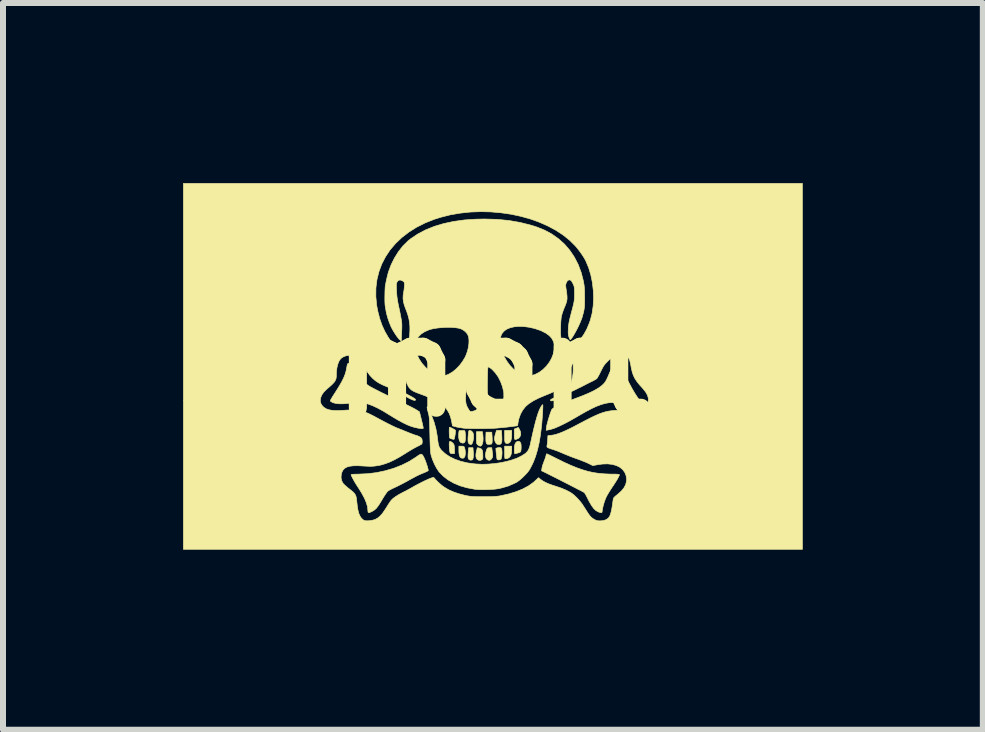
<source format=kicad_pcb>
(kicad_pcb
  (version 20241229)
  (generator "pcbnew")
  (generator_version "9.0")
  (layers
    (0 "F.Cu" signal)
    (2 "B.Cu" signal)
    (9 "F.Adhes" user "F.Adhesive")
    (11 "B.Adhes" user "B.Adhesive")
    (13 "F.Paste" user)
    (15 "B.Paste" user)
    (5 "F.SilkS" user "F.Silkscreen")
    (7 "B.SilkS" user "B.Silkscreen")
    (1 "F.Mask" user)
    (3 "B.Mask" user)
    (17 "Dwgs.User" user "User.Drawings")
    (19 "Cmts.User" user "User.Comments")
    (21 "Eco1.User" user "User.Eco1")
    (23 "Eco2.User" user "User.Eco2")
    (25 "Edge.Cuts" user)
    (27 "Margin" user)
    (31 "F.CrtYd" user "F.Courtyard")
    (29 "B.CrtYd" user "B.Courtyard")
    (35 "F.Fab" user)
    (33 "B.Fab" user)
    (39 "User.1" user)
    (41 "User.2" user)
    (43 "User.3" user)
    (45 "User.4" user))
  (footprint "mort"
    (layer "F.Cu")
    (at 5.161 3.053)
    (property "Reference" "mort" (at 0 0 0) (layer "F.SilkS") (effects (font (size 1.524 1.524) (thickness 0.3))))
    (attr through_hole)
    (fp_poly (pts (xy 0.313 1.389) (xy 0.309 1.446) (xy 0.296 1.488) (xy 0.274 1.517) (xy 0.256 1.528) (xy 0.233 1.536) (xy 0.212 1.539) (xy 0.201 1.536) (xy 0.198 1.525) (xy 0.196 1.502) (xy 0.195 1.468) (xy 0.195 1.429) (xy 0.195 1.329) (xy 0.313 1.329) (xy 0.313 1.389)) (stroke (width 0.01) (type solid)) (fill yes) (layer "F.SilkS"))
    (fp_poly (pts (xy 0.313 1.138) (xy 0.31 1.195) (xy 0.3 1.237) (xy 0.283 1.265) (xy 0.265 1.278) (xy 0.239 1.286) (xy 0.219 1.282) (xy 0.208 1.274) (xy 0.202 1.264) (xy 0.198 1.247) (xy 0.196 1.221) (xy 0.195 1.182) (xy 0.195 1.164) (xy 0.195 1.067) (xy 0.313 1.067) (xy 0.313 1.138)) (stroke (width 0.01) (type solid)) (fill yes) (layer "F.SilkS"))
    (fp_poly (pts (xy 0.445 1.053) (xy 0.461 1.094) (xy 0.464 1.133) (xy 0.453 1.168) (xy 0.431 1.195) (xy 0.41 1.207) (xy 0.387 1.216) (xy 0.371 1.219) (xy 0.362 1.213) (xy 0.357 1.197) (xy 0.356 1.167) (xy 0.356 1.132) (xy 0.356 1.044) (xy 0.39 1.031) (xy 0.423 1.017) (xy 0.445 1.053)) (stroke (width 0.01) (type solid)) (fill yes) (layer "F.SilkS"))
    (fp_poly (pts (xy -0.067 1.096) (xy -0.019 1.096) (xy -0.013 1.173) (xy -0.011 1.227) (xy -0.012 1.265) (xy -0.019 1.288) (xy -0.028 1.296) (xy -0.045 1.297) (xy -0.055 1.299) (xy -0.078 1.3) (xy -0.09 1.298) (xy -0.103 1.29) (xy -0.112 1.272) (xy -0.117 1.241) (xy -0.118 1.197) (xy -0.117 1.163) (xy -0.115 1.096) (xy -0.067 1.096)) (stroke (width 0.01) (type solid)) (fill yes) (layer "F.SilkS"))
    (fp_poly (pts (xy -0.326 1.431) (xy -0.324 1.478) (xy -0.327 1.516) (xy -0.333 1.543) (xy -0.343 1.557) (xy -0.347 1.558) (xy -0.361 1.561) (xy -0.366 1.562) (xy -0.38 1.561) (xy -0.396 1.553) (xy -0.406 1.544) (xy -0.412 1.529) (xy -0.415 1.508) (xy -0.414 1.475) (xy -0.411 1.43) (xy -0.409 1.412) (xy -0.404 1.355) (xy -0.332 1.355) (xy -0.326 1.431)) (stroke (width 0.01) (type solid)) (fill yes) (layer "F.SilkS"))
    (fp_poly (pts (xy -0.167 1.143) (xy -0.163 1.199) (xy -0.165 1.247) (xy -0.173 1.286) (xy -0.186 1.314) (xy -0.203 1.328) (xy -0.211 1.329) (xy -0.228 1.324) (xy -0.249 1.311) (xy -0.251 1.309) (xy -0.261 1.3) (xy -0.268 1.29) (xy -0.272 1.277) (xy -0.274 1.258) (xy -0.275 1.227) (xy -0.275 1.188) (xy -0.275 1.088) (xy -0.174 1.088) (xy -0.167 1.143)) (stroke (width 0.01) (type solid)) (fill yes) (layer "F.SilkS"))
    (fp_poly (pts (xy 0.148 1.159) (xy 0.15 1.212) (xy 0.148 1.251) (xy 0.142 1.277) (xy 0.131 1.293) (xy 0.115 1.3) (xy 0.106 1.302) (xy 0.082 1.3) (xy 0.065 1.294) (xy 0.049 1.277) (xy 0.035 1.25) (xy 0.027 1.219) (xy 0.025 1.203) (xy 0.028 1.183) (xy 0.034 1.152) (xy 0.043 1.123) (xy 0.06 1.067) (xy 0.142 1.067) (xy 0.148 1.159)) (stroke (width 0.01) (type solid)) (fill yes) (layer "F.SilkS"))
    (fp_poly (pts (xy -0.499 1.33) (xy -0.484 1.335) (xy -0.476 1.345) (xy -0.473 1.353) (xy -0.464 1.387) (xy -0.459 1.427) (xy -0.46 1.466) (xy -0.466 1.498) (xy -0.469 1.505) (xy -0.482 1.524) (xy -0.499 1.531) (xy -0.525 1.527) (xy -0.527 1.527) (xy -0.546 1.513) (xy -0.559 1.485) (xy -0.566 1.441) (xy -0.567 1.402) (xy -0.567 1.329) (xy -0.525 1.329) (xy -0.499 1.33)) (stroke (width 0.01) (type solid)) (fill yes) (layer "F.SilkS"))
    (fp_poly (pts (xy -0.01 1.426) (xy -0.005 1.467) (xy -0.004 1.496) (xy -0.008 1.517) (xy -0.018 1.535) (xy -0.028 1.547) (xy -0.048 1.563) (xy -0.07 1.564) (xy -0.091 1.556) (xy -0.111 1.538) (xy -0.122 1.507) (xy -0.124 1.468) (xy -0.116 1.423) (xy -0.105 1.388) (xy -0.095 1.367) (xy -0.084 1.357) (xy -0.065 1.355) (xy -0.055 1.355) (xy -0.019 1.355) (xy -0.01 1.426)) (stroke (width 0.01) (type solid)) (fill yes) (layer "F.SilkS"))
    (fp_poly (pts (xy -0.691 1.259) (xy -0.67 1.275) (xy -0.658 1.288) (xy -0.649 1.304) (xy -0.644 1.325) (xy -0.641 1.355) (xy -0.64 1.382) (xy -0.639 1.452) (xy -0.67 1.455) (xy -0.698 1.452) (xy -0.712 1.443) (xy -0.717 1.429) (xy -0.722 1.403) (xy -0.725 1.37) (xy -0.727 1.334) (xy -0.728 1.3) (xy -0.727 1.272) (xy -0.724 1.255) (xy -0.723 1.253) (xy -0.71 1.25) (xy -0.691 1.259)) (stroke (width 0.01) (type solid)) (fill yes) (layer "F.SilkS"))
    (fp_poly (pts (xy -0.474 1.07) (xy -0.467 1.077) (xy -0.463 1.091) (xy -0.463 1.093) (xy -0.459 1.122) (xy -0.457 1.159) (xy -0.458 1.197) (xy -0.46 1.231) (xy -0.465 1.255) (xy -0.465 1.257) (xy -0.48 1.273) (xy -0.502 1.279) (xy -0.528 1.272) (xy -0.542 1.263) (xy -0.556 1.243) (xy -0.566 1.211) (xy -0.571 1.171) (xy -0.57 1.127) (xy -0.569 1.111) (xy -0.563 1.071) (xy -0.515 1.069) (xy -0.488 1.068) (xy -0.474 1.07)) (stroke (width 0.01) (type solid)) (fill yes) (layer "F.SilkS"))
    (fp_poly (pts (xy 0.451 1.258) (xy 0.465 1.282) (xy 0.469 1.303) (xy 0.471 1.339) (xy 0.47 1.376) (xy 0.469 1.387) (xy 0.465 1.411) (xy 0.459 1.425) (xy 0.445 1.433) (xy 0.42 1.442) (xy 0.42 1.442) (xy 0.393 1.45) (xy 0.373 1.455) (xy 0.365 1.456) (xy 0.36 1.449) (xy 0.357 1.425) (xy 0.356 1.388) (xy 0.359 1.332) (xy 0.369 1.29) (xy 0.386 1.264) (xy 0.402 1.253) (xy 0.431 1.248) (xy 0.451 1.258)) (stroke (width 0.01) (type solid)) (fill yes) (layer "F.SilkS"))
    (fp_poly (pts (xy -0.359 1.076) (xy -0.336 1.099) (xy -0.332 1.106) (xy -0.325 1.13) (xy -0.322 1.165) (xy -0.324 1.203) (xy -0.33 1.24) (xy -0.332 1.248) (xy -0.343 1.281) (xy -0.356 1.299) (xy -0.371 1.303) (xy -0.391 1.294) (xy -0.396 1.291) (xy -0.406 1.279) (xy -0.413 1.259) (xy -0.415 1.23) (xy -0.414 1.188) (xy -0.41 1.133) (xy -0.409 1.124) (xy -0.406 1.093) (xy -0.402 1.076) (xy -0.396 1.069) (xy -0.386 1.067) (xy -0.359 1.076)) (stroke (width 0.01) (type solid)) (fill yes) (layer "F.SilkS"))
    (fp_poly (pts (xy 0.121 1.352) (xy 0.135 1.358) (xy 0.144 1.37) (xy 0.149 1.393) (xy 0.149 1.395) (xy 0.152 1.428) (xy 0.151 1.464) (xy 0.148 1.5) (xy 0.142 1.529) (xy 0.135 1.545) (xy 0.12 1.554) (xy 0.098 1.558) (xy 0.097 1.558) (xy 0.079 1.556) (xy 0.07 1.548) (xy 0.065 1.528) (xy 0.065 1.526) (xy 0.062 1.502) (xy 0.058 1.467) (xy 0.054 1.431) (xy 0.054 1.43) (xy 0.049 1.366) (xy 0.074 1.357) (xy 0.1 1.352) (xy 0.121 1.352)) (stroke (width 0.01) (type solid)) (fill yes) (layer "F.SilkS"))
    (fp_poly (pts (xy -0.229 1.361) (xy -0.219 1.363) (xy -0.198 1.372) (xy -0.184 1.385) (xy -0.175 1.404) (xy -0.17 1.433) (xy -0.168 1.476) (xy -0.168 1.478) (xy -0.167 1.512) (xy -0.169 1.534) (xy -0.174 1.546) (xy -0.182 1.555) (xy -0.208 1.565) (xy -0.237 1.564) (xy -0.261 1.55) (xy -0.262 1.55) (xy -0.277 1.527) (xy -0.284 1.496) (xy -0.282 1.455) (xy -0.276 1.423) (xy -0.269 1.392) (xy -0.263 1.369) (xy -0.259 1.357) (xy -0.258 1.356) (xy -0.249 1.356) (xy -0.229 1.361)) (stroke (width 0.01) (type solid)) (fill yes) (layer "F.SilkS"))
    (fp_poly (pts (xy -0.715 1.016) (xy -0.696 1.023) (xy -0.673 1.035) (xy -0.65 1.047) (xy -0.632 1.058) (xy -0.624 1.065) (xy -0.623 1.077) (xy -0.625 1.101) (xy -0.628 1.13) (xy -0.633 1.161) (xy -0.639 1.188) (xy -0.644 1.208) (xy -0.648 1.216) (xy -0.661 1.215) (xy -0.682 1.21) (xy -0.686 1.209) (xy -0.707 1.201) (xy -0.721 1.192) (xy -0.722 1.191) (xy -0.724 1.179) (xy -0.726 1.155) (xy -0.727 1.124) (xy -0.728 1.09) (xy -0.728 1.057) (xy -0.726 1.031) (xy -0.724 1.016) (xy -0.724 1.014) (xy -0.715 1.016)) (stroke (width 0.01) (type solid)) (fill yes) (layer "F.SilkS"))
    (fp_poly (pts (xy -1.181 1.468) (xy -1.167 1.484) (xy -1.151 1.513) (xy -1.145 1.525) (xy -1.133 1.552) (xy -1.119 1.587) (xy -1.106 1.626) (xy -1.093 1.664) (xy -1.084 1.697) (xy -1.078 1.723) (xy -1.077 1.737) (xy -1.077 1.737) (xy -1.086 1.743) (xy -1.107 1.754) (xy -1.136 1.767) (xy -1.163 1.778) (xy -1.206 1.796) (xy -1.25 1.816) (xy -1.288 1.835) (xy -1.303 1.843) (xy -1.332 1.859) (xy -1.372 1.88) (xy -1.416 1.905) (xy -1.459 1.928) (xy -1.46 1.929) (xy -1.507 1.954) (xy -1.558 1.98) (xy -1.606 2.004) (xy -1.643 2.021) (xy -1.679 2.038) (xy -1.713 2.056) (xy -1.739 2.071) (xy -1.748 2.077) (xy -1.763 2.093) (xy -1.782 2.119) (xy -1.805 2.153) (xy -1.828 2.19) (xy -1.863 2.249) (xy -1.892 2.296) (xy -1.917 2.332) (xy -1.938 2.36) (xy -1.959 2.38) (xy -1.98 2.397) (xy -2.003 2.411) (xy -2.016 2.418) (xy -2.044 2.431) (xy -2.061 2.437) (xy -2.071 2.437) (xy -2.077 2.433) (xy -2.081 2.421) (xy -2.083 2.4) (xy -2.083 2.397) (xy -2.089 2.338) (xy -2.109 2.27) (xy -2.141 2.194) (xy -2.186 2.111) (xy -2.24 2.024) (xy -2.27 1.978) (xy -2.298 1.933) (xy -2.322 1.89) (xy -2.342 1.853) (xy -2.356 1.824) (xy -2.362 1.806) (xy -2.362 1.804) (xy -2.354 1.8) (xy -2.33 1.797) (xy -2.29 1.796) (xy -2.237 1.795) (xy -2.235 1.795) (xy -2.087 1.788) (xy -1.939 1.77) (xy -1.793 1.739) (xy -1.653 1.698) (xy -1.52 1.646) (xy -1.397 1.585) (xy -1.286 1.515) (xy -1.28 1.511) (xy -1.242 1.484) (xy -1.215 1.468) (xy -1.196 1.462) (xy -1.181 1.468)) (stroke (width 0.01) (type solid)) (fill yes) (layer "F.SilkS"))
    (fp_poly (pts (xy 2.111 -0.044) (xy 2.121 -0.024) (xy 2.135 0.005) (xy 2.152 0.04) (xy 2.212 0.166) (xy 2.268 0.276) (xy 2.32 0.373) (xy 2.37 0.457) (xy 2.406 0.512) (xy 2.429 0.546) (xy 2.406 0.57) (xy 2.372 0.598) (xy 2.33 0.616) (xy 2.279 0.625) (xy 2.216 0.625) (xy 2.141 0.616) (xy 2.121 0.613) (xy 2.056 0.604) (xy 1.993 0.602) (xy 1.931 0.606) (xy 1.866 0.618) (xy 1.798 0.638) (xy 1.724 0.666) (xy 1.643 0.704) (xy 1.553 0.751) (xy 1.451 0.809) (xy 1.45 0.81) (xy 1.393 0.843) (xy 1.348 0.869) (xy 1.313 0.889) (xy 1.285 0.905) (xy 1.261 0.918) (xy 1.238 0.93) (xy 1.215 0.942) (xy 1.188 0.956) (xy 1.17 0.965) (xy 1.094 1.001) (xy 1.029 1.029) (xy 0.973 1.047) (xy 0.932 1.057) (xy 0.887 1.065) (xy 0.892 1.014) (xy 0.896 0.989) (xy 0.905 0.954) (xy 0.916 0.912) (xy 0.929 0.867) (xy 0.943 0.822) (xy 0.957 0.78) (xy 0.969 0.746) (xy 0.979 0.722) (xy 0.984 0.713) (xy 0.999 0.701) (xy 1.028 0.684) (xy 1.069 0.663) (xy 1.119 0.64) (xy 1.177 0.614) (xy 1.24 0.587) (xy 1.305 0.561) (xy 1.372 0.535) (xy 1.376 0.534) (xy 1.481 0.494) (xy 1.571 0.457) (xy 1.648 0.422) (xy 1.711 0.389) (xy 1.764 0.357) (xy 1.808 0.325) (xy 1.843 0.293) (xy 1.867 0.265) (xy 1.882 0.241) (xy 1.9 0.206) (xy 1.919 0.166) (xy 1.932 0.134) (xy 1.957 0.075) (xy 1.981 0.03) (xy 2.006 -0.002) (xy 2.035 -0.024) (xy 2.063 -0.037) (xy 2.087 -0.045) (xy 2.102 -0.05) (xy 2.106 -0.051) (xy 2.111 -0.044)) (stroke (width 0.01) (type solid)) (fill yes) (layer "F.SilkS"))
    (fp_poly (pts (xy 0.906 1.46) (xy 0.928 1.47) (xy 0.96 1.486) (xy 1.001 1.506) (xy 1.047 1.529) (xy 1.059 1.535) (xy 1.182 1.596) (xy 1.294 1.647) (xy 1.397 1.689) (xy 1.494 1.723) (xy 1.587 1.75) (xy 1.678 1.77) (xy 1.77 1.783) (xy 1.865 1.791) (xy 1.966 1.795) (xy 1.988 1.795) (xy 2.04 1.795) (xy 2.078 1.797) (xy 2.101 1.8) (xy 2.108 1.804) (xy 2.103 1.821) (xy 2.089 1.849) (xy 2.068 1.888) (xy 2.039 1.934) (xy 2.005 1.987) (xy 1.992 2.005) (xy 1.964 2.048) (xy 1.936 2.092) (xy 1.912 2.132) (xy 1.894 2.164) (xy 1.891 2.17) (xy 1.875 2.206) (xy 1.859 2.25) (xy 1.844 2.297) (xy 1.832 2.344) (xy 1.824 2.384) (xy 1.82 2.414) (xy 1.82 2.414) (xy 1.818 2.43) (xy 1.809 2.437) (xy 1.792 2.436) (xy 1.762 2.427) (xy 1.755 2.424) (xy 1.718 2.404) (xy 1.681 2.37) (xy 1.644 2.32) (xy 1.606 2.255) (xy 1.587 2.218) (xy 1.567 2.178) (xy 1.549 2.144) (xy 1.534 2.119) (xy 1.524 2.104) (xy 1.523 2.103) (xy 1.513 2.097) (xy 1.491 2.085) (xy 1.457 2.067) (xy 1.413 2.045) (xy 1.362 2.018) (xy 1.305 1.989) (xy 1.245 1.958) (xy 1.182 1.926) (xy 1.12 1.894) (xy 1.059 1.863) (xy 1.003 1.835) (xy 0.951 1.809) (xy 0.908 1.787) (xy 0.874 1.77) (xy 0.851 1.759) (xy 0.848 1.757) (xy 0.811 1.74) (xy 0.816 1.701) (xy 0.821 1.675) (xy 0.831 1.64) (xy 0.845 1.602) (xy 0.849 1.591) (xy 0.863 1.555) (xy 0.875 1.521) (xy 0.883 1.494) (xy 0.884 1.488) (xy 0.889 1.468) (xy 0.895 1.457) (xy 0.897 1.456) (xy 0.906 1.46)) (stroke (width 0.01) (type solid)) (fill yes) (layer "F.SilkS"))
    (fp_poly (pts (xy -2.383 -0.048) (xy -2.375 -0.043) (xy -2.365 -0.035) (xy -2.346 -0.022) (xy -2.327 -0.011) (xy -2.29 0.016) (xy -2.254 0.058) (xy -2.219 0.111) (xy -2.189 0.172) (xy -2.18 0.193) (xy -2.162 0.233) (xy -2.14 0.265) (xy -2.111 0.293) (xy -2.072 0.321) (xy -2.032 0.345) (xy -2 0.362) (xy -1.956 0.385) (xy -1.905 0.411) (xy -1.85 0.439) (xy -1.795 0.466) (xy -1.743 0.491) (xy -1.714 0.504) (xy -1.66 0.53) (xy -1.6 0.558) (xy -1.539 0.588) (xy -1.479 0.618) (xy -1.422 0.647) (xy -1.369 0.673) (xy -1.325 0.696) (xy -1.29 0.715) (xy -1.269 0.728) (xy -1.266 0.729) (xy -1.223 0.758) (xy -1.189 0.895) (xy -1.178 0.941) (xy -1.169 0.98) (xy -1.163 1.01) (xy -1.16 1.028) (xy -1.16 1.033) (xy -1.174 1.035) (xy -1.178 1.036) (xy -1.192 1.037) (xy -1.217 1.034) (xy -1.248 1.029) (xy -1.253 1.028) (xy -1.308 1.016) (xy -1.366 0.998) (xy -1.427 0.974) (xy -1.493 0.942) (xy -1.568 0.902) (xy -1.652 0.853) (xy -1.733 0.803) (xy -1.831 0.743) (xy -1.92 0.695) (xy -2 0.657) (xy -2.072 0.63) (xy -2.139 0.612) (xy -2.202 0.603) (xy -2.239 0.601) (xy -2.273 0.602) (xy -2.318 0.606) (xy -2.366 0.611) (xy -2.396 0.615) (xy -2.479 0.623) (xy -2.552 0.624) (xy -2.615 0.618) (xy -2.664 0.605) (xy -2.67 0.603) (xy -2.692 0.59) (xy -2.707 0.578) (xy -2.709 0.573) (xy -2.705 0.562) (xy -2.692 0.54) (xy -2.674 0.509) (xy -2.65 0.471) (xy -2.624 0.431) (xy -2.568 0.342) (xy -2.523 0.265) (xy -2.488 0.196) (xy -2.463 0.134) (xy -2.446 0.077) (xy -2.443 0.059) (xy -2.436 0.024) (xy -2.43 -0.007) (xy -2.426 -0.028) (xy -2.425 -0.032) (xy -2.416 -0.047) (xy -2.401 -0.051) (xy -2.383 -0.048)) (stroke (width 0.01) (type solid)) (fill yes) (layer "F.SilkS"))
    (fp_poly (pts (xy 0.831 0.639) (xy 0.832 0.649) (xy 0.832 0.673) (xy 0.831 0.708) (xy 0.829 0.752) (xy 0.826 0.801) (xy 0.822 0.854) (xy 0.818 0.907) (xy 0.814 0.957) (xy 0.809 1.002) (xy 0.808 1.012) (xy 0.79 1.155) (xy 0.768 1.283) (xy 0.741 1.398) (xy 0.71 1.501) (xy 0.674 1.595) (xy 0.645 1.655) (xy 0.623 1.697) (xy 0.604 1.73) (xy 0.582 1.759) (xy 0.556 1.789) (xy 0.522 1.824) (xy 0.517 1.829) (xy 0.474 1.87) (xy 0.437 1.901) (xy 0.402 1.926) (xy 0.368 1.944) (xy 0.26 1.992) (xy 0.144 2.026) (xy 0.094 2.037) (xy 0.038 2.045) (xy -0.029 2.05) (xy -0.102 2.053) (xy -0.175 2.054) (xy -0.244 2.052) (xy -0.302 2.047) (xy -0.313 2.045) (xy -0.435 2.022) (xy -0.549 1.989) (xy -0.653 1.945) (xy -0.746 1.892) (xy -0.827 1.83) (xy -0.894 1.761) (xy -0.904 1.748) (xy -0.94 1.693) (xy -0.975 1.626) (xy -1.005 1.555) (xy -1.026 1.493) (xy -1.031 1.473) (xy -1.035 1.452) (xy -1.038 1.429) (xy -1.041 1.4) (xy -1.043 1.365) (xy -1.045 1.32) (xy -1.047 1.264) (xy -1.049 1.194) (xy -1.05 1.139) (xy -1.052 1.061) (xy -1.053 0.998) (xy -1.055 0.947) (xy -1.057 0.906) (xy -1.059 0.874) (xy -1.062 0.846) (xy -1.065 0.823) (xy -1.07 0.8) (xy -1.076 0.776) (xy -1.081 0.756) (xy -1.091 0.713) (xy -1.096 0.685) (xy -1.095 0.673) (xy -1.088 0.676) (xy -1.077 0.694) (xy -1.061 0.728) (xy -1.039 0.775) (xy -1.022 0.817) (xy -0.979 0.932) (xy -0.949 1.042) (xy -0.929 1.152) (xy -0.923 1.198) (xy -0.916 1.253) (xy -0.909 1.295) (xy -0.9 1.328) (xy -0.889 1.354) (xy -0.872 1.378) (xy -0.858 1.396) (xy -0.797 1.453) (xy -0.722 1.504) (xy -0.634 1.547) (xy -0.534 1.582) (xy -0.424 1.608) (xy -0.305 1.624) (xy -0.283 1.626) (xy -0.18 1.631) (xy -0.075 1.628) (xy 0.03 1.619) (xy 0.133 1.604) (xy 0.232 1.583) (xy 0.323 1.557) (xy 0.406 1.527) (xy 0.477 1.492) (xy 0.535 1.455) (xy 0.551 1.442) (xy 0.572 1.42) (xy 0.589 1.397) (xy 0.602 1.368) (xy 0.615 1.331) (xy 0.627 1.281) (xy 0.631 1.26) (xy 0.657 1.142) (xy 0.682 1.034) (xy 0.706 0.938) (xy 0.729 0.855) (xy 0.751 0.785) (xy 0.771 0.732) (xy 0.775 0.722) (xy 0.79 0.692) (xy 0.805 0.666) (xy 0.819 0.647) (xy 0.828 0.638) (xy 0.831 0.639)) (stroke (width 0.01) (type solid)) (fill yes) (layer "F.SilkS"))
    (fp_poly (pts (xy 0.068 -2.449) (xy 0.266 -2.43) (xy 0.455 -2.397) (xy 0.638 -2.351) (xy 0.724 -2.324) (xy 0.857 -2.271) (xy 0.98 -2.205) (xy 1.092 -2.126) (xy 1.193 -2.036) (xy 1.281 -1.933) (xy 1.357 -1.82) (xy 1.421 -1.696) (xy 1.471 -1.562) (xy 1.504 -1.434) (xy 1.512 -1.394) (xy 1.518 -1.359) (xy 1.522 -1.326) (xy 1.525 -1.29) (xy 1.527 -1.247) (xy 1.527 -1.194) (xy 1.528 -1.151) (xy 1.528 -1.091) (xy 1.527 -1.045) (xy 1.526 -1.008) (xy 1.523 -0.977) (xy 1.519 -0.949) (xy 1.514 -0.921) (xy 1.506 -0.887) (xy 1.504 -0.881) (xy 1.484 -0.809) (xy 1.456 -0.737) (xy 1.426 -0.67) (xy 1.4 -0.618) (xy 1.374 -0.57) (xy 1.349 -0.526) (xy 1.327 -0.49) (xy 1.308 -0.463) (xy 1.294 -0.447) (xy 1.287 -0.445) (xy 1.28 -0.454) (xy 1.271 -0.475) (xy 1.265 -0.493) (xy 1.258 -0.518) (xy 1.255 -0.544) (xy 1.254 -0.578) (xy 1.256 -0.623) (xy 1.256 -0.626) (xy 1.258 -0.661) (xy 1.262 -0.693) (xy 1.267 -0.726) (xy 1.274 -0.762) (xy 1.284 -0.806) (xy 1.298 -0.86) (xy 1.31 -0.906) (xy 1.326 -0.967) (xy 1.338 -1.015) (xy 1.347 -1.053) (xy 1.353 -1.086) (xy 1.356 -1.116) (xy 1.358 -1.147) (xy 1.359 -1.182) (xy 1.359 -1.211) (xy 1.359 -1.259) (xy 1.357 -1.294) (xy 1.355 -1.319) (xy 1.35 -1.34) (xy 1.343 -1.358) (xy 1.339 -1.367) (xy 1.319 -1.406) (xy 1.301 -1.43) (xy 1.283 -1.44) (xy 1.263 -1.439) (xy 1.261 -1.438) (xy 1.242 -1.426) (xy 1.227 -1.402) (xy 1.223 -1.392) (xy 1.216 -1.373) (xy 1.213 -1.357) (xy 1.213 -1.337) (xy 1.216 -1.311) (xy 1.222 -1.273) (xy 1.222 -1.27) (xy 1.231 -1.209) (xy 1.235 -1.161) (xy 1.235 -1.12) (xy 1.229 -1.083) (xy 1.217 -1.045) (xy 1.206 -1.016) (xy 1.181 -0.956) (xy 1.163 -0.908) (xy 1.15 -0.866) (xy 1.14 -0.828) (xy 1.135 -0.787) (xy 1.131 -0.741) (xy 1.129 -0.684) (xy 1.128 -0.673) (xy 1.127 -0.61) (xy 1.127 -0.557) (xy 1.13 -0.51) (xy 1.134 -0.46) (xy 1.142 -0.403) (xy 1.143 -0.398) (xy 1.15 -0.348) (xy 1.158 -0.299) (xy 1.165 -0.256) (xy 1.171 -0.224) (xy 1.173 -0.215) (xy 1.184 -0.162) (xy 1.191 -0.109) (xy 1.195 -0.052) (xy 1.197 0.015) (xy 1.197 0.068) (xy 1.194 0.156) (xy 1.184 0.23) (xy 1.168 0.289) (xy 1.145 0.335) (xy 1.138 0.344) (xy 1.115 0.366) (xy 1.075 0.391) (xy 1.018 0.42) (xy 0.945 0.453) (xy 0.863 0.486) (xy 0.759 0.53) (xy 0.671 0.575) (xy 0.599 0.622) (xy 0.544 0.669) (xy 0.498 0.727) (xy 0.46 0.795) (xy 0.433 0.871) (xy 0.422 0.92) (xy 0.411 0.989) (xy 0.347 0.998) (xy 0.293 1.005) (xy 0.225 1.013) (xy 0.145 1.021) (xy 0.056 1.029) (xy 0.055 1.029) (xy 0.007 1.032) (xy -0.053 1.034) (xy -0.119 1.036) (xy -0.19 1.037) (xy -0.261 1.037) (xy -0.33 1.036) (xy -0.392 1.035) (xy -0.445 1.033) (xy -0.486 1.03) (xy -0.492 1.029) (xy -0.535 1.023) (xy -0.578 1.016) (xy -0.613 1.008) (xy -0.628 1.004) (xy -0.674 0.991) (xy -0.688 0.913) (xy -0.705 0.845) (xy -0.728 0.784) (xy -0.759 0.73) (xy -0.798 0.68) (xy -0.848 0.635) (xy -0.91 0.592) (xy -0.967 0.561) (xy -0.455 0.561) (xy -0.449 0.615) (xy -0.434 0.663) (xy -0.409 0.709) (xy -0.406 0.714) (xy -0.391 0.737) (xy -0.38 0.749) (xy -0.367 0.752) (xy -0.348 0.75) (xy -0.345 0.75) (xy -0.315 0.742) (xy -0.288 0.732) (xy -0.284 0.729) (xy -0.246 0.698) (xy -0.214 0.652) (xy -0.189 0.592) (xy -0.171 0.521) (xy -0.159 0.439) (xy -0.155 0.348) (xy -0.156 0.339) (xy -0.093 0.339) (xy -0.092 0.411) (xy -0.09 0.471) (xy -0.087 0.519) (xy -0.082 0.559) (xy -0.075 0.592) (xy -0.065 0.62) (xy -0.053 0.645) (xy -0.047 0.656) (xy -0.013 0.698) (xy 0.033 0.73) (xy 0.09 0.749) (xy 0.115 0.753) (xy 0.121 0.746) (xy 0.131 0.726) (xy 0.142 0.697) (xy 0.147 0.684) (xy 0.171 0.594) (xy 0.182 0.513) (xy 0.181 0.441) (xy 0.179 0.421) (xy 0.158 0.335) (xy 0.127 0.252) (xy 0.088 0.175) (xy 0.04 0.108) (xy -0.012 0.052) (xy -0.037 0.032) (xy -0.059 0.018) (xy -0.075 0.01) (xy -0.08 0.008) (xy -0.083 0.015) (xy -0.085 0.036) (xy -0.088 0.07) (xy -0.089 0.12) (xy -0.091 0.186) (xy -0.092 0.252) (xy -0.093 0.339) (xy -0.156 0.339) (xy -0.159 0.25) (xy -0.16 0.234) (xy -0.167 0.163) (xy -0.173 0.108) (xy -0.18 0.067) (xy -0.187 0.039) (xy -0.194 0.022) (xy -0.196 0.02) (xy -0.21 0.015) (xy -0.232 0.025) (xy -0.261 0.049) (xy -0.278 0.067) (xy -0.337 0.144) (xy -0.386 0.231) (xy -0.423 0.325) (xy -0.447 0.423) (xy -0.455 0.496) (xy -0.455 0.561) (xy -0.967 0.561) (xy -0.984 0.552) (xy -1.072 0.512) (xy -1.176 0.473) (xy -1.211 0.46) (xy -1.27 0.438) (xy -1.316 0.418) (xy -1.351 0.398) (xy -1.378 0.375) (xy -1.399 0.35) (xy -1.41 0.333) (xy -1.433 0.287) (xy -1.449 0.235) (xy -1.459 0.176) (xy -1.463 0.108) (xy -1.461 0.029) (xy -1.453 -0.062) (xy -1.438 -0.166) (xy -1.428 -0.229) (xy -1.415 -0.305) (xy -1.293 -0.305) (xy -1.287 -0.268) (xy -1.264 -0.194) (xy -1.227 -0.119) (xy -1.179 -0.048) (xy -1.121 0.017) (xy -1.057 0.072) (xy -0.999 0.11) (xy -0.96 0.129) (xy -0.93 0.141) (xy -0.902 0.148) (xy -0.869 0.151) (xy -0.842 0.152) (xy -0.804 0.15) (xy -0.773 0.145) (xy -0.74 0.132) (xy -0.732 0.128) (xy -0.673 0.093) (xy -0.613 0.044) (xy -0.557 -0.014) (xy -0.507 -0.08) (xy -0.465 -0.149) (xy -0.45 -0.181) (xy -0.426 -0.246) (xy -0.409 -0.314) (xy -0.4 -0.381) (xy -0.399 -0.419) (xy 0.12 -0.419) (xy 0.121 -0.39) (xy 0.133 -0.313) (xy 0.156 -0.235) (xy 0.191 -0.158) (xy 0.234 -0.084) (xy 0.284 -0.016) (xy 0.34 0.043) (xy 0.399 0.093) (xy 0.461 0.13) (xy 0.521 0.152) (xy 0.563 0.157) (xy 0.614 0.155) (xy 0.664 0.147) (xy 0.706 0.133) (xy 0.775 0.097) (xy 0.837 0.05) (xy 0.893 -0.006) (xy 0.94 -0.068) (xy 0.978 -0.135) (xy 1.005 -0.205) (xy 1.021 -0.274) (xy 1.023 -0.342) (xy 1.012 -0.405) (xy 1.007 -0.417) (xy 0.981 -0.466) (xy 0.94 -0.511) (xy 0.884 -0.552) (xy 0.812 -0.589) (xy 0.778 -0.603) (xy 0.694 -0.631) (xy 0.606 -0.651) (xy 0.518 -0.663) (xy 0.433 -0.666) (xy 0.355 -0.659) (xy 0.29 -0.644) (xy 0.227 -0.618) (xy 0.18 -0.582) (xy 0.146 -0.538) (xy 0.126 -0.484) (xy 0.12 -0.419) (xy -0.399 -0.419) (xy -0.399 -0.442) (xy -0.406 -0.495) (xy -0.408 -0.502) (xy -0.428 -0.543) (xy -0.461 -0.58) (xy -0.504 -0.611) (xy -0.538 -0.627) (xy -0.582 -0.638) (xy -0.638 -0.646) (xy -0.704 -0.65) (xy -0.776 -0.65) (xy -0.849 -0.646) (xy -0.921 -0.639) (xy -0.988 -0.629) (xy -1.045 -0.615) (xy -1.061 -0.61) (xy -1.137 -0.577) (xy -1.198 -0.537) (xy -1.245 -0.489) (xy -1.276 -0.434) (xy -1.292 -0.373) (xy -1.293 -0.305) (xy -1.415 -0.305) (xy -1.41 -0.34) (xy -1.396 -0.437) (xy -1.387 -0.523) (xy -1.383 -0.598) (xy -1.383 -0.667) (xy -1.389 -0.731) (xy -1.399 -0.791) (xy -1.415 -0.852) (xy -1.436 -0.914) (xy -1.454 -0.96) (xy -1.477 -1.024) (xy -1.491 -1.079) (xy -1.497 -1.131) (xy -1.495 -1.185) (xy -1.487 -1.237) (xy -1.48 -1.277) (xy -1.476 -1.318) (xy -1.473 -1.352) (xy -1.473 -1.357) (xy -1.474 -1.384) (xy -1.478 -1.401) (xy -1.488 -1.412) (xy -1.502 -1.422) (xy -1.535 -1.437) (xy -1.563 -1.437) (xy -1.585 -1.422) (xy -1.592 -1.412) (xy -1.599 -1.4) (xy -1.604 -1.387) (xy -1.607 -1.369) (xy -1.608 -1.345) (xy -1.607 -1.309) (xy -1.606 -1.266) (xy -1.603 -1.215) (xy -1.599 -1.167) (xy -1.592 -1.118) (xy -1.583 -1.063) (xy -1.57 -0.998) (xy -1.566 -0.982) (xy -1.551 -0.911) (xy -1.54 -0.854) (xy -1.531 -0.807) (xy -1.524 -0.77) (xy -1.52 -0.737) (xy -1.517 -0.707) (xy -1.517 -0.678) (xy -1.517 -0.645) (xy -1.518 -0.608) (xy -1.52 -0.571) (xy -1.526 -0.423) (xy -1.549 -0.44) (xy -1.567 -0.457) (xy -1.591 -0.487) (xy -1.617 -0.524) (xy -1.644 -0.566) (xy -1.67 -0.609) (xy -1.692 -0.651) (xy -1.697 -0.661) (xy -1.725 -0.729) (xy -1.75 -0.801) (xy -1.769 -0.869) (xy -1.779 -0.914) (xy -1.785 -0.951) (xy -1.791 -0.987) (xy -1.795 -1.008) (xy -1.797 -1.029) (xy -1.799 -1.064) (xy -1.8 -1.108) (xy -1.8 -1.157) (xy -1.799 -1.209) (xy -1.798 -1.257) (xy -1.796 -1.3) (xy -1.794 -1.333) (xy -1.791 -1.35) (xy -1.787 -1.371) (xy -1.781 -1.402) (xy -1.774 -1.437) (xy -1.773 -1.443) (xy -1.742 -1.568) (xy -1.697 -1.689) (xy -1.641 -1.803) (xy -1.574 -1.91) (xy -1.499 -2.006) (xy -1.415 -2.089) (xy -1.372 -2.124) (xy -1.253 -2.204) (xy -1.122 -2.273) (xy -0.979 -2.331) (xy -0.823 -2.378) (xy -0.655 -2.414) (xy -0.475 -2.439) (xy -0.284 -2.452) (xy -0.14 -2.455) (xy 0.068 -2.449)) (stroke (width 0.01) (type solid)) (fill yes) (layer "F.SilkS"))
    (fp_poly (pts (xy 5.156 3.048) (xy -5.156 3.048) (xy -5.156 0.573) (xy -2.876 0.573) (xy -2.866 0.618) (xy -2.84 0.659) (xy -2.812 0.685) (xy -2.779 0.706) (xy -2.739 0.721) (xy -2.69 0.731) (xy -2.63 0.736) (xy -2.557 0.736) (xy -2.471 0.731) (xy -2.441 0.729) (xy -2.37 0.725) (xy -2.306 0.725) (xy -2.248 0.73) (xy -2.193 0.741) (xy -2.136 0.759) (xy -2.074 0.784) (xy -2.005 0.818) (xy -1.938 0.854) (xy -1.871 0.89) (xy -1.807 0.924) (xy -1.747 0.955) (xy -1.694 0.982) (xy -1.649 1.003) (xy -1.615 1.019) (xy -1.593 1.028) (xy -1.592 1.029) (xy -1.577 1.034) (xy -1.55 1.045) (xy -1.513 1.059) (xy -1.471 1.077) (xy -1.443 1.088) (xy -1.397 1.107) (xy -1.355 1.123) (xy -1.32 1.136) (xy -1.295 1.145) (xy -1.286 1.147) (xy -1.252 1.158) (xy -1.22 1.173) (xy -1.196 1.19) (xy -1.186 1.202) (xy -1.18 1.222) (xy -1.177 1.248) (xy -1.178 1.274) (xy -1.183 1.292) (xy -1.183 1.292) (xy -1.193 1.299) (xy -1.215 1.312) (xy -1.244 1.327) (xy -1.262 1.336) (xy -1.295 1.353) (xy -1.338 1.377) (xy -1.385 1.405) (xy -1.433 1.434) (xy -1.448 1.444) (xy -1.547 1.505) (xy -1.637 1.555) (xy -1.719 1.594) (xy -1.797 1.623) (xy -1.872 1.645) (xy -1.934 1.656) (xy -1.971 1.661) (xy -2.005 1.664) (xy -2.041 1.665) (xy -2.082 1.664) (xy -2.135 1.661) (xy -2.159 1.66) (xy -2.248 1.655) (xy -2.321 1.656) (xy -2.381 1.663) (xy -2.429 1.676) (xy -2.466 1.696) (xy -2.494 1.723) (xy -2.513 1.758) (xy -2.524 1.793) (xy -2.53 1.849) (xy -2.52 1.902) (xy -2.498 1.946) (xy -2.481 1.965) (xy -2.454 1.99) (xy -2.422 2.018) (xy -2.394 2.04) (xy -2.352 2.073) (xy -2.32 2.101) (xy -2.299 2.126) (xy -2.285 2.153) (xy -2.276 2.184) (xy -2.271 2.223) (xy -2.268 2.245) (xy -2.259 2.327) (xy -2.248 2.395) (xy -2.234 2.449) (xy -2.215 2.492) (xy -2.193 2.526) (xy -2.166 2.552) (xy -2.146 2.565) (xy -2.123 2.571) (xy -2.089 2.573) (xy -2.049 2.57) (xy -2.007 2.563) (xy -1.97 2.553) (xy -1.956 2.547) (xy -1.919 2.526) (xy -1.883 2.497) (xy -1.847 2.458) (xy -1.81 2.406) (xy -1.774 2.351) (xy -1.75 2.312) (xy -1.727 2.277) (xy -1.707 2.248) (xy -1.694 2.23) (xy -1.693 2.229) (xy -1.662 2.199) (xy -1.619 2.168) (xy -1.563 2.133) (xy -1.493 2.096) (xy -1.451 2.075) (xy -1.409 2.052) (xy -1.372 2.032) (xy -1.349 2.019) (xy -1.308 1.995) (xy -1.259 1.969) (xy -1.205 1.941) (xy -1.152 1.914) (xy -1.102 1.891) (xy -1.06 1.872) (xy -1.043 1.866) (xy -1.014 1.855) (xy -0.996 1.85) (xy -0.986 1.851) (xy -0.979 1.856) (xy -0.976 1.86) (xy -0.952 1.888) (xy -0.919 1.922) (xy -0.881 1.957) (xy -0.843 1.989) (xy -0.812 2.011) (xy -0.739 2.055) (xy -0.658 2.091) (xy -0.567 2.122) (xy -0.463 2.149) (xy -0.449 2.152) (xy -0.417 2.158) (xy -0.387 2.163) (xy -0.356 2.166) (xy -0.32 2.169) (xy -0.277 2.17) (xy -0.223 2.171) (xy -0.161 2.171) (xy -0.088 2.171) (xy -0.03 2.17) (xy 0.018 2.168) (xy 0.057 2.165) (xy 0.092 2.161) (xy 0.119 2.157) (xy 0.26 2.126) (xy 0.385 2.088) (xy 0.496 2.043) (xy 0.593 1.991) (xy 0.675 1.932) (xy 0.703 1.907) (xy 0.76 1.854) (xy 0.797 1.884) (xy 0.832 1.909) (xy 0.874 1.932) (xy 0.925 1.955) (xy 0.988 1.978) (xy 1.05 1.998) (xy 1.141 2.029) (xy 1.217 2.061) (xy 1.281 2.094) (xy 1.316 2.116) (xy 1.357 2.149) (xy 1.402 2.192) (xy 1.446 2.241) (xy 1.484 2.289) (xy 1.499 2.312) (xy 1.537 2.371) (xy 1.567 2.418) (xy 1.591 2.455) (xy 1.611 2.482) (xy 1.628 2.503) (xy 1.644 2.518) (xy 1.66 2.531) (xy 1.677 2.542) (xy 1.689 2.549) (xy 1.718 2.564) (xy 1.745 2.571) (xy 1.779 2.574) (xy 1.786 2.574) (xy 1.836 2.569) (xy 1.875 2.558) (xy 1.899 2.545) (xy 1.919 2.53) (xy 1.936 2.511) (xy 1.95 2.485) (xy 1.962 2.451) (xy 1.973 2.408) (xy 1.984 2.352) (xy 1.994 2.283) (xy 2.003 2.222) (xy 2.006 2.205) (xy 2.012 2.191) (xy 2.025 2.176) (xy 2.046 2.157) (xy 2.078 2.132) (xy 2.078 2.132) (xy 2.138 2.078) (xy 2.182 2.025) (xy 2.211 1.971) (xy 2.225 1.914) (xy 2.227 1.885) (xy 2.219 1.822) (xy 2.197 1.767) (xy 2.162 1.72) (xy 2.115 1.681) (xy 2.057 1.652) (xy 1.988 1.633) (xy 1.911 1.624) (xy 1.825 1.627) (xy 1.744 1.638) (xy 1.664 1.653) (xy 1.595 1.619) (xy 1.562 1.603) (xy 1.517 1.585) (xy 1.467 1.565) (xy 1.416 1.546) (xy 1.401 1.541) (xy 1.346 1.521) (xy 1.285 1.498) (xy 1.226 1.474) (xy 1.175 1.453) (xy 1.169 1.45) (xy 1.124 1.431) (xy 1.081 1.413) (xy 1.042 1.399) (xy 1.013 1.389) (xy 1.012 1.388) (xy 0.978 1.378) (xy 0.945 1.367) (xy 0.928 1.36) (xy 0.908 1.35) (xy 0.9 1.34) (xy 0.9 1.326) (xy 0.901 1.323) (xy 0.904 1.304) (xy 0.908 1.273) (xy 0.911 1.237) (xy 0.912 1.227) (xy 0.916 1.154) (xy 0.968 1.149) (xy 1.008 1.143) (xy 1.05 1.133) (xy 1.096 1.118) (xy 1.149 1.098) (xy 1.21 1.071) (xy 1.28 1.038) (xy 1.362 0.996) (xy 1.449 0.95) (xy 1.543 0.901) (xy 1.624 0.859) (xy 1.695 0.825) (xy 1.759 0.797) (xy 1.817 0.775) (xy 1.872 0.758) (xy 1.927 0.746) (xy 1.983 0.738) (xy 2.044 0.733) (xy 2.11 0.73) (xy 2.186 0.73) (xy 2.227 0.73) (xy 2.301 0.73) (xy 2.359 0.729) (xy 2.406 0.725) (xy 2.444 0.719) (xy 2.474 0.709) (xy 2.499 0.697) (xy 2.523 0.68) (xy 2.533 0.671) (xy 2.569 0.629) (xy 2.587 0.584) (xy 2.59 0.536) (xy 2.576 0.484) (xy 2.545 0.428) (xy 2.499 0.37) (xy 2.495 0.366) (xy 2.441 0.306) (xy 2.398 0.252) (xy 2.365 0.202) (xy 2.34 0.151) (xy 2.321 0.095) (xy 2.306 0.032) (xy 2.294 -0.035) (xy 2.28 -0.095) (xy 2.26 -0.141) (xy 2.231 -0.174) (xy 2.218 -0.185) (xy 2.199 -0.196) (xy 2.179 -0.201) (xy 2.153 -0.202) (xy 2.134 -0.201) (xy 2.083 -0.195) (xy 2.037 -0.179) (xy 1.992 -0.152) (xy 1.943 -0.114) (xy 1.916 -0.088) (xy 1.887 -0.059) (xy 1.865 -0.034) (xy 1.846 -0.009) (xy 1.829 0.021) (xy 1.809 0.059) (xy 1.796 0.085) (xy 1.777 0.125) (xy 1.758 0.16) (xy 1.742 0.187) (xy 1.732 0.203) (xy 1.73 0.205) (xy 1.716 0.214) (xy 1.691 0.229) (xy 1.659 0.246) (xy 1.638 0.256) (xy 1.603 0.273) (xy 1.558 0.296) (xy 1.508 0.322) (xy 1.457 0.348) (xy 1.435 0.358) (xy 1.39 0.381) (xy 1.349 0.401) (xy 1.313 0.417) (xy 1.288 0.428) (xy 1.277 0.432) (xy 1.257 0.44) (xy 1.227 0.456) (xy 1.194 0.475) (xy 1.18 0.484) (xy 1.133 0.513) (xy 1.088 0.537) (xy 1.046 0.556) (xy 1.011 0.569) (xy 0.983 0.575) (xy 0.964 0.574) (xy 0.958 0.564) (xy 0.958 0.561) (xy 0.968 0.55) (xy 0.993 0.536) (xy 1.014 0.528) (xy 1.081 0.5) (xy 1.145 0.466) (xy 1.201 0.43) (xy 1.233 0.404) (xy 1.253 0.384) (xy 1.269 0.365) (xy 1.281 0.343) (xy 1.292 0.316) (xy 1.303 0.279) (xy 1.314 0.231) (xy 1.321 0.196) (xy 1.329 0.157) (xy 1.334 0.122) (xy 1.336 0.087) (xy 1.337 0.046) (xy 1.336 -0.005) (xy 1.336 -0.02) (xy 1.334 -0.074) (xy 1.331 -0.114) (xy 1.327 -0.145) (xy 1.322 -0.17) (xy 1.314 -0.193) (xy 1.313 -0.198) (xy 1.302 -0.229) (xy 1.299 -0.25) (xy 1.302 -0.265) (xy 1.302 -0.265) (xy 1.311 -0.279) (xy 1.329 -0.301) (xy 1.353 -0.329) (xy 1.382 -0.361) (xy 1.384 -0.364) (xy 1.457 -0.45) (xy 1.516 -0.535) (xy 1.565 -0.623) (xy 1.605 -0.719) (xy 1.622 -0.767) (xy 1.652 -0.881) (xy 1.67 -1.005) (xy 1.677 -1.134) (xy 1.672 -1.265) (xy 1.657 -1.396) (xy 1.631 -1.523) (xy 1.595 -1.643) (xy 1.549 -1.753) (xy 1.545 -1.761) (xy 1.521 -1.805) (xy 1.488 -1.856) (xy 1.45 -1.91) (xy 1.411 -1.961) (xy 1.377 -2.002) (xy 1.281 -2.098) (xy 1.171 -2.187) (xy 1.049 -2.267) (xy 0.916 -2.338) (xy 0.774 -2.401) (xy 0.624 -2.455) (xy 0.466 -2.499) (xy 0.304 -2.534) (xy 0.137 -2.558) (xy -0.032 -2.573) (xy -0.202 -2.577) (xy -0.372 -2.571) (xy -0.541 -2.553) (xy -0.707 -2.525) (xy -0.868 -2.484) (xy -0.974 -2.451) (xy -1.128 -2.39) (xy -1.271 -2.318) (xy -1.401 -2.236) (xy -1.518 -2.146) (xy -1.622 -2.047) (xy -1.713 -1.94) (xy -1.789 -1.825) (xy -1.852 -1.704) (xy -1.899 -1.576) (xy -1.932 -1.443) (xy -1.949 -1.305) (xy -1.95 -1.162) (xy -1.936 -1.015) (xy -1.917 -0.916) (xy -1.885 -0.793) (xy -1.846 -0.682) (xy -1.799 -0.58) (xy -1.743 -0.483) (xy -1.712 -0.437) (xy -1.657 -0.356) (xy -1.616 -0.283) (xy -1.588 -0.218) (xy -1.579 -0.186) (xy -1.573 -0.161) (xy -1.569 -0.136) (xy -1.568 -0.108) (xy -1.568 -0.072) (xy -1.571 -0.024) (xy -1.572 -0.008) (xy -1.574 0.047) (xy -1.577 0.108) (xy -1.578 0.167) (xy -1.578 0.217) (xy -1.578 0.262) (xy -1.576 0.296) (xy -1.572 0.32) (xy -1.566 0.34) (xy -1.559 0.358) (xy -1.548 0.379) (xy -1.535 0.396) (xy -1.517 0.412) (xy -1.493 0.429) (xy -1.459 0.449) (xy -1.414 0.474) (xy -1.389 0.487) (xy -1.346 0.51) (xy -1.314 0.53) (xy -1.294 0.545) (xy -1.288 0.552) (xy -1.292 0.565) (xy -1.308 0.567) (xy -1.335 0.56) (xy -1.374 0.543) (xy -1.422 0.518) (xy -1.48 0.484) (xy -1.518 0.46) (xy -1.555 0.437) (xy -1.589 0.418) (xy -1.624 0.4) (xy -1.664 0.381) (xy -1.714 0.36) (xy -1.767 0.339) (xy -1.84 0.308) (xy -1.902 0.276) (xy -1.955 0.241) (xy -2.003 0.2) (xy -2.048 0.152) (xy -2.092 0.093) (xy -2.139 0.021) (xy -2.159 -0.011) (xy -2.193 -0.065) (xy -2.224 -0.105) (xy -2.256 -0.135) (xy -2.29 -0.158) (xy -2.31 -0.167) (xy -2.342 -0.18) (xy -2.37 -0.185) (xy -2.404 -0.184) (xy -2.457 -0.173) (xy -2.504 -0.152) (xy -2.537 -0.126) (xy -2.563 -0.088) (xy -2.584 -0.036) (xy -2.599 0.027) (xy -2.607 0.098) (xy -2.608 0.14) (xy -2.609 0.174) (xy -2.613 0.203) (xy -2.622 0.229) (xy -2.636 0.254) (xy -2.659 0.281) (xy -2.69 0.312) (xy -2.733 0.35) (xy -2.763 0.375) (xy -2.814 0.425) (xy -2.85 0.475) (xy -2.87 0.525) (xy -2.876 0.573) (xy -5.156 0.573) (xy -5.156 -3.048) (xy 5.156 -3.048) (xy 5.156 3.048)) (stroke (width 0.01) (type solid)) (fill yes) (layer "F.SilkS")))
  (gr_rect
    (start -3 -3)
    (end 13.322 9.106)
    (stroke (width 0.1) (type default))
    (fill no)
    (layer "Edge.Cuts")))
</source>
